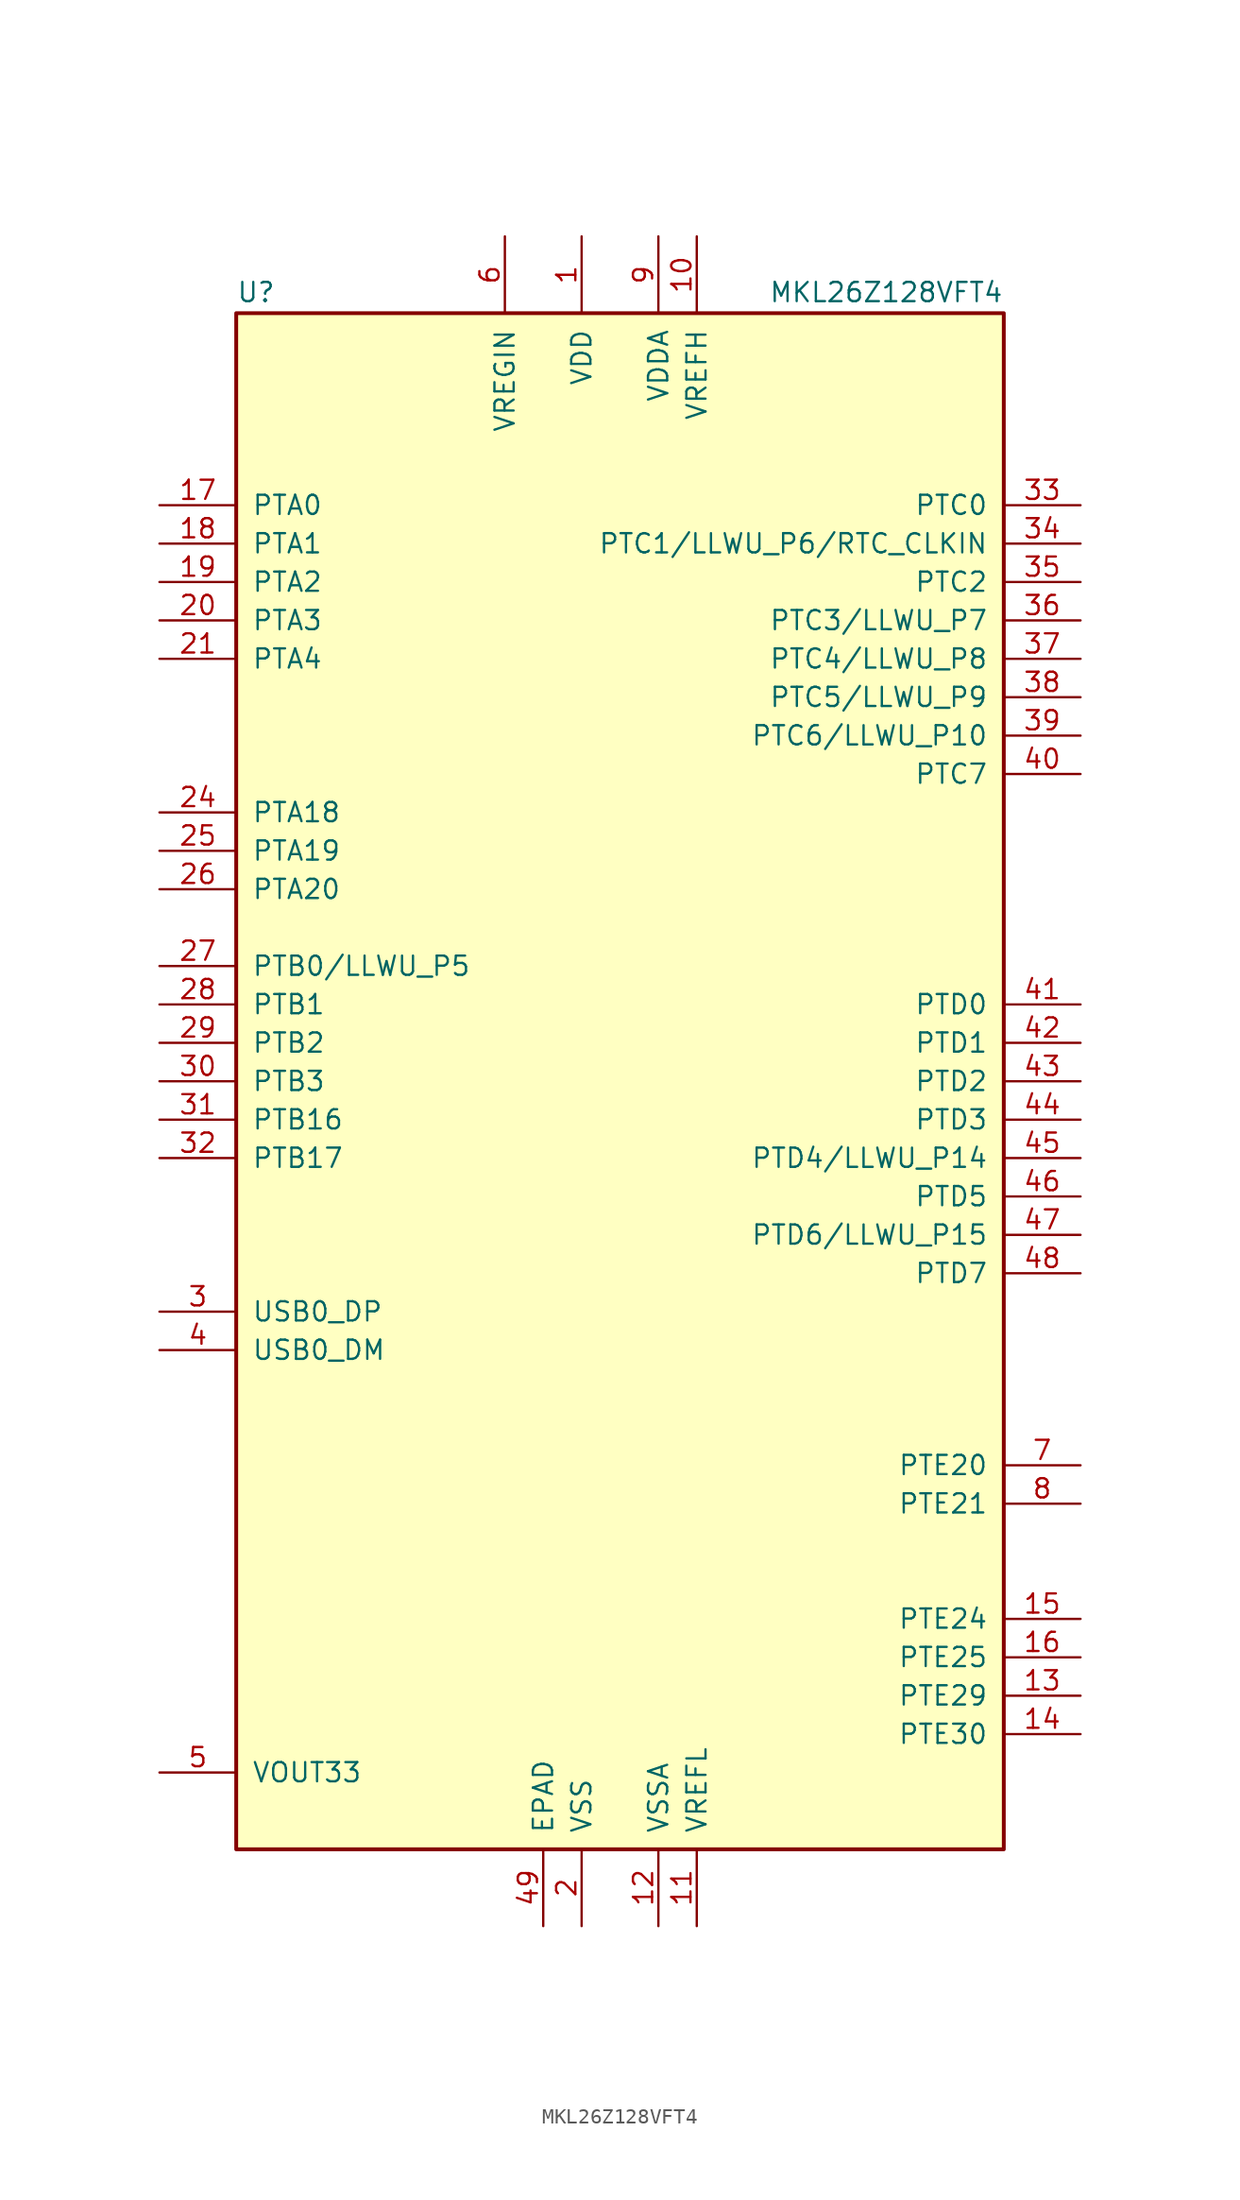
<source format=kicad_sym>
(kicad_symbol_lib
  (version 20241209)
  (generator "kicad_symbol_editor")
  (generator_version "9.0")
  (symbol "MKL26Z128VFT4"
    (pin_names
      (offset 1.016))
    (property "Reference" "U"
      (at -25.4 51.435 0)
      (effects (font (size 1.27 1.27)) (justify left bottom)))
    (property "Value" "MKL26Z128VFT4"
      (at 25.4 51.435 0)
      (effects (font (size 1.27 1.27)) (justify right bottom)))
    (symbol "MKL26Z128VFT4_0_1"
      (rectangle (start -25.4 50.8) (end 25.4 -50.8) (stroke (width 0.254) (type default)) (fill (type background))))
    (symbol "MKL26Z128VFT4_1_1"
      (pin bidirectional line (at -30.48 38.1 0) (length 5.08) (name "PTA0" (effects (font (size 1.27 1.27)))) (number "17" (effects (font (size 1.27 1.27)))))
      (pin bidirectional line (at -30.48 35.56 0) (length 5.08) (name "PTA1" (effects (font (size 1.27 1.27)))) (number "18" (effects (font (size 1.27 1.27)))))
      (pin bidirectional line (at -30.48 33.02 0) (length 5.08) (name "PTA2" (effects (font (size 1.27 1.27)))) (number "19" (effects (font (size 1.27 1.27)))))
      (pin bidirectional line (at -30.48 30.48 0) (length 5.08) (name "PTA3" (effects (font (size 1.27 1.27)))) (number "20" (effects (font (size 1.27 1.27)))))
      (pin bidirectional line (at -30.48 27.94 0) (length 5.08) (name "PTA4" (effects (font (size 1.27 1.27)))) (number "21" (effects (font (size 1.27 1.27)))))
      (pin bidirectional line (at -30.48 17.78 0) (length 5.08) (name "PTA18" (effects (font (size 1.27 1.27)))) (number "24" (effects (font (size 1.27 1.27)))))
      (pin bidirectional line (at -30.48 15.24 0) (length 5.08) (name "PTA19" (effects (font (size 1.27 1.27)))) (number "25" (effects (font (size 1.27 1.27)))))
      (pin bidirectional line (at -30.48 12.7 0) (length 5.08) (name "PTA20" (effects (font (size 1.27 1.27)))) (number "26" (effects (font (size 1.27 1.27)))))
      (pin bidirectional line (at -30.48 7.62 0) (length 5.08) (name "PTB0/LLWU_P5" (effects (font (size 1.27 1.27)))) (number "27" (effects (font (size 1.27 1.27)))))
      (pin bidirectional line (at -30.48 5.08 0) (length 5.08) (name "PTB1" (effects (font (size 1.27 1.27)))) (number "28" (effects (font (size 1.27 1.27)))))
      (pin bidirectional line (at -30.48 2.54 0) (length 5.08) (name "PTB2" (effects (font (size 1.27 1.27)))) (number "29" (effects (font (size 1.27 1.27)))))
      (pin bidirectional line (at -30.48 0 0) (length 5.08) (name "PTB3" (effects (font (size 1.27 1.27)))) (number "30" (effects (font (size 1.27 1.27)))))
      (pin bidirectional line (at -30.48 -2.54 0) (length 5.08) (name "PTB16" (effects (font (size 1.27 1.27)))) (number "31" (effects (font (size 1.27 1.27)))))
      (pin bidirectional line (at -30.48 -5.08 0) (length 5.08) (name "PTB17" (effects (font (size 1.27 1.27)))) (number "32" (effects (font (size 1.27 1.27)))))
      (pin bidirectional line (at -30.48 -15.24 0) (length 5.08) (name "USB0_DP" (effects (font (size 1.27 1.27)))) (number "3" (effects (font (size 1.27 1.27)))))
      (pin bidirectional line (at -30.48 -17.78 0) (length 5.08) (name "USB0_DM" (effects (font (size 1.27 1.27)))) (number "4" (effects (font (size 1.27 1.27)))))
      (pin power_out line (at -30.48 -45.72 0) (length 5.08) (name "VOUT33" (effects (font (size 1.27 1.27)))) (number "5" (effects (font (size 1.27 1.27)))))
      (pin power_in line (at -7.62 55.88 270) (length 5.08) (name "VREGIN" (effects (font (size 1.27 1.27)))) (number "6" (effects (font (size 1.27 1.27)))))
      (pin power_in line (at -5.08 -55.88 90) (length 5.08) (name "EPAD" (effects (font (size 1.27 1.27)))) (number "49" (effects (font (size 1.27 1.27)))))
      (pin power_in line (at -2.54 55.88 270) (length 5.08) (name "VDD" (effects (font (size 1.27 1.27)))) (number "1" (effects (font (size 1.27 1.27)))))
      (pin passive line (at -2.54 55.88 270) (length 5.08) (hide yes) (name "VDD" (effects (font (size 1.27 1.27)))) (number "22" (effects (font (size 1.27 1.27)))))
      (pin power_in line (at -2.54 -55.88 90) (length 5.08) (name "VSS" (effects (font (size 1.27 1.27)))) (number "2" (effects (font (size 1.27 1.27)))))
      (pin passive line (at -2.54 -55.88 90) (length 5.08) (hide yes) (name "VSS" (effects (font (size 1.27 1.27)))) (number "23" (effects (font (size 1.27 1.27)))))
      (pin power_in line (at 2.54 55.88 270) (length 5.08) (name "VDDA" (effects (font (size 1.27 1.27)))) (number "9" (effects (font (size 1.27 1.27)))))
      (pin power_in line (at 2.54 -55.88 90) (length 5.08) (name "VSSA" (effects (font (size 1.27 1.27)))) (number "12" (effects (font (size 1.27 1.27)))))
      (pin power_in line (at 5.08 55.88 270) (length 5.08) (name "VREFH" (effects (font (size 1.27 1.27)))) (number "10" (effects (font (size 1.27 1.27)))))
      (pin power_in line (at 5.08 -55.88 90) (length 5.08) (name "VREFL" (effects (font (size 1.27 1.27)))) (number "11" (effects (font (size 1.27 1.27)))))
      (pin bidirectional line (at 30.48 38.1 180) (length 5.08) (name "PTC0" (effects (font (size 1.27 1.27)))) (number "33" (effects (font (size 1.27 1.27)))))
      (pin bidirectional line (at 30.48 35.56 180) (length 5.08) (name "PTC1/LLWU_P6/RTC_CLKIN" (effects (font (size 1.27 1.27)))) (number "34" (effects (font (size 1.27 1.27)))))
      (pin bidirectional line (at 30.48 33.02 180) (length 5.08) (name "PTC2" (effects (font (size 1.27 1.27)))) (number "35" (effects (font (size 1.27 1.27)))))
      (pin bidirectional line (at 30.48 30.48 180) (length 5.08) (name "PTC3/LLWU_P7" (effects (font (size 1.27 1.27)))) (number "36" (effects (font (size 1.27 1.27)))))
      (pin bidirectional line (at 30.48 27.94 180) (length 5.08) (name "PTC4/LLWU_P8" (effects (font (size 1.27 1.27)))) (number "37" (effects (font (size 1.27 1.27)))))
      (pin bidirectional line (at 30.48 25.4 180) (length 5.08) (name "PTC5/LLWU_P9" (effects (font (size 1.27 1.27)))) (number "38" (effects (font (size 1.27 1.27)))))
      (pin bidirectional line (at 30.48 22.86 180) (length 5.08) (name "PTC6/LLWU_P10" (effects (font (size 1.27 1.27)))) (number "39" (effects (font (size 1.27 1.27)))))
      (pin bidirectional line (at 30.48 20.32 180) (length 5.08) (name "PTC7" (effects (font (size 1.27 1.27)))) (number "40" (effects (font (size 1.27 1.27)))))
      (pin bidirectional line (at 30.48 5.08 180) (length 5.08) (name "PTD0" (effects (font (size 1.27 1.27)))) (number "41" (effects (font (size 1.27 1.27)))))
      (pin bidirectional line (at 30.48 2.54 180) (length 5.08) (name "PTD1" (effects (font (size 1.27 1.27)))) (number "42" (effects (font (size 1.27 1.27)))))
      (pin bidirectional line (at 30.48 0 180) (length 5.08) (name "PTD2" (effects (font (size 1.27 1.27)))) (number "43" (effects (font (size 1.27 1.27)))))
      (pin bidirectional line (at 30.48 -2.54 180) (length 5.08) (name "PTD3" (effects (font (size 1.27 1.27)))) (number "44" (effects (font (size 1.27 1.27)))))
      (pin bidirectional line (at 30.48 -5.08 180) (length 5.08) (name "PTD4/LLWU_P14" (effects (font (size 1.27 1.27)))) (number "45" (effects (font (size 1.27 1.27)))))
      (pin bidirectional line (at 30.48 -7.62 180) (length 5.08) (name "PTD5" (effects (font (size 1.27 1.27)))) (number "46" (effects (font (size 1.27 1.27)))))
      (pin bidirectional line (at 30.48 -10.16 180) (length 5.08) (name "PTD6/LLWU_P15" (effects (font (size 1.27 1.27)))) (number "47" (effects (font (size 1.27 1.27)))))
      (pin bidirectional line (at 30.48 -12.7 180) (length 5.08) (name "PTD7" (effects (font (size 1.27 1.27)))) (number "48" (effects (font (size 1.27 1.27)))))
      (pin bidirectional line (at 30.48 -25.4 180) (length 5.08) (name "PTE20" (effects (font (size 1.27 1.27)))) (number "7" (effects (font (size 1.27 1.27)))))
      (pin bidirectional line (at 30.48 -27.94 180) (length 5.08) (name "PTE21" (effects (font (size 1.27 1.27)))) (number "8" (effects (font (size 1.27 1.27)))))
      (pin bidirectional line (at 30.48 -35.56 180) (length 5.08) (name "PTE24" (effects (font (size 1.27 1.27)))) (number "15" (effects (font (size 1.27 1.27)))))
      (pin bidirectional line (at 30.48 -38.1 180) (length 5.08) (name "PTE25" (effects (font (size 1.27 1.27)))) (number "16" (effects (font (size 1.27 1.27)))))
      (pin bidirectional line (at 30.48 -40.64 180) (length 5.08) (name "PTE29" (effects (font (size 1.27 1.27)))) (number "13" (effects (font (size 1.27 1.27)))))
      (pin bidirectional line (at 30.48 -43.18 180) (length 5.08) (name "PTE30" (effects (font (size 1.27 1.27)))) (number "14" (effects (font (size 1.27 1.27))))))))
</source>
